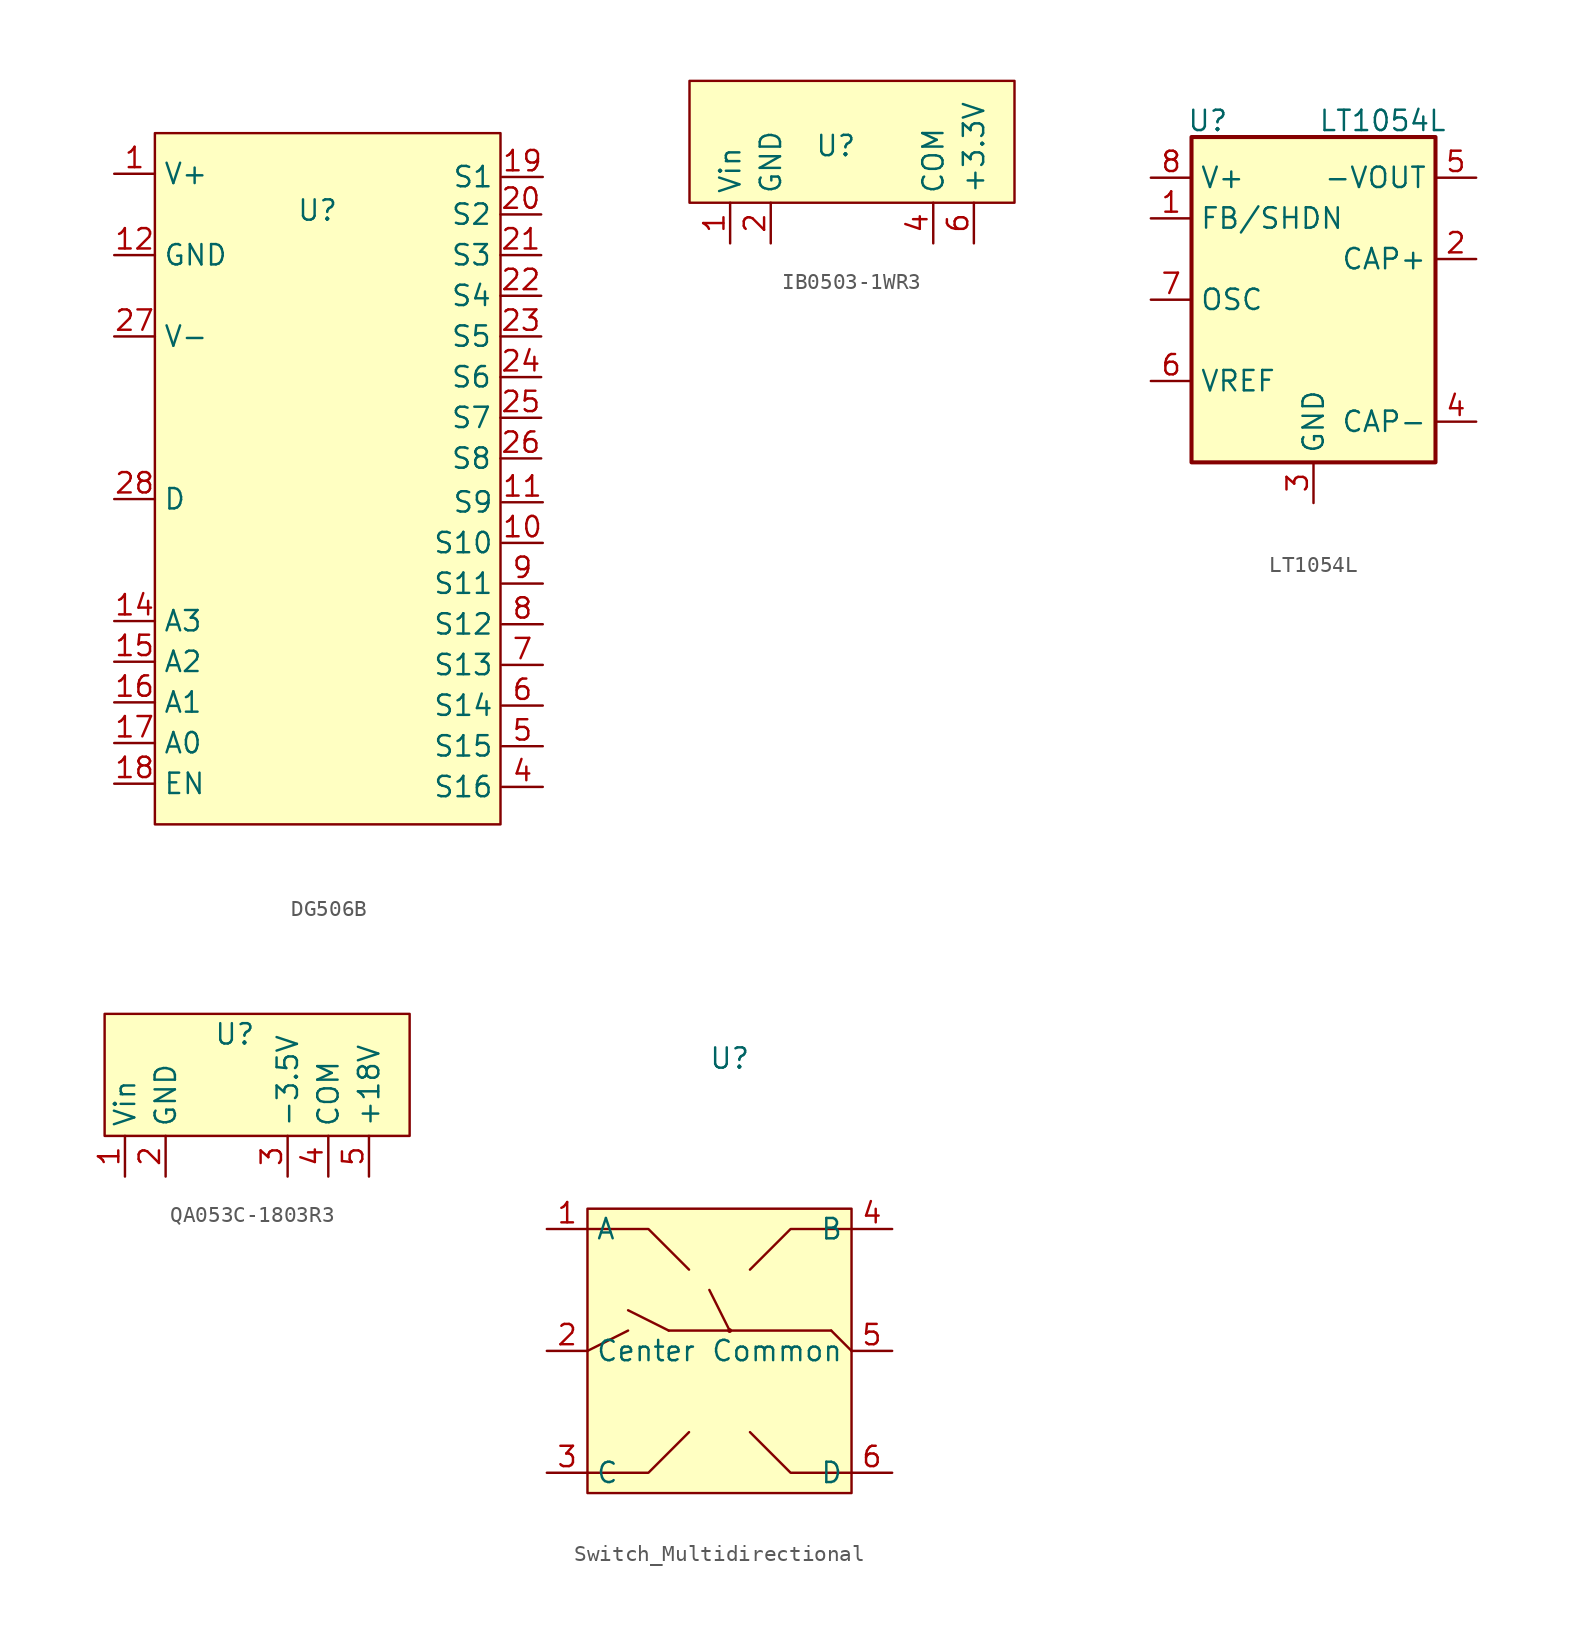
<source format=kicad_sym>
(kicad_symbol_lib
  (version 20231120)
  (generator "kicad_symbol_editor")
  (generator_version "8.0")
  (symbol "DG506B"
    (property "Reference" "U"
      (at 0 18.034 0)
      (effects (font (size 1.27 1.27))))
    (property "Value" ""
      (at 2.54 -3.81 0)
      (effects (font (size 1.27 1.27))))
    (symbol "DG506B_0_1"
      (rectangle (start -10.16 22.86) (end 11.43 -20.32) (stroke (width 0) (type default)) (fill (type background))))
    (symbol "DG506B_1_1"
      (pin power_in line (at -12.7 20.32 0) (length 2.54) (name "V+" (effects (font (size 1.27 1.27)))) (number "1" (effects (font (size 1.27 1.27)))))
      (pin bidirectional line (at 14.071 -2.739 180) (length 2.54) (name "S10" (effects (font (size 1.27 1.27)))) (number "10" (effects (font (size 1.27 1.27)))))
      (pin bidirectional line (at 14.071 -0.199 180) (length 2.54) (name "S9" (effects (font (size 1.27 1.27)))) (number "11" (effects (font (size 1.27 1.27)))))
      (pin power_in line (at -12.7 15.24 0) (length 2.54) (name "GND" (effects (font (size 1.27 1.27)))) (number "12" (effects (font (size 1.27 1.27)))))
      (pin input line (at -12.7 -7.62 0) (length 2.54) (name "A3" (effects (font (size 1.27 1.27)))) (number "14" (effects (font (size 1.27 1.27)))))
      (pin input line (at -12.7 -10.16 0) (length 2.54) (name "A2" (effects (font (size 1.27 1.27)))) (number "15" (effects (font (size 1.27 1.27)))))
      (pin input line (at -12.7 -12.7 0) (length 2.54) (name "A1" (effects (font (size 1.27 1.27)))) (number "16" (effects (font (size 1.27 1.27)))))
      (pin input line (at -12.7 -15.24 0) (length 2.54) (name "A0" (effects (font (size 1.27 1.27)))) (number "17" (effects (font (size 1.27 1.27)))))
      (pin input line (at -12.7 -17.78 0) (length 2.54) (name "EN" (effects (font (size 1.27 1.27)))) (number "18" (effects (font (size 1.27 1.27)))))
      (pin bidirectional line (at 14.071 20.122 180) (length 2.54) (name "S1" (effects (font (size 1.27 1.27)))) (number "19" (effects (font (size 1.27 1.27)))))
      (pin bidirectional line (at 13.97 17.78 180) (length 2.54) (name "S2" (effects (font (size 1.27 1.27)))) (number "20" (effects (font (size 1.27 1.27)))))
      (pin bidirectional line (at 13.97 15.24 180) (length 2.54) (name "S3" (effects (font (size 1.27 1.27)))) (number "21" (effects (font (size 1.27 1.27)))))
      (pin bidirectional line (at 13.97 12.7 180) (length 2.54) (name "S4" (effects (font (size 1.27 1.27)))) (number "22" (effects (font (size 1.27 1.27)))))
      (pin bidirectional line (at 13.97 10.16 180) (length 2.54) (name "S5" (effects (font (size 1.27 1.27)))) (number "23" (effects (font (size 1.27 1.27)))))
      (pin bidirectional line (at 13.97 7.62 180) (length 2.54) (name "S6" (effects (font (size 1.27 1.27)))) (number "24" (effects (font (size 1.27 1.27)))))
      (pin bidirectional line (at 13.97 5.08 180) (length 2.54) (name "S7" (effects (font (size 1.27 1.27)))) (number "25" (effects (font (size 1.27 1.27)))))
      (pin bidirectional line (at 13.97 2.54 180) (length 2.54) (name "S8" (effects (font (size 1.27 1.27)))) (number "26" (effects (font (size 1.27 1.27)))))
      (pin power_in line (at -12.7 10.16 0) (length 2.54) (name "V-" (effects (font (size 1.27 1.27)))) (number "27" (effects (font (size 1.27 1.27)))))
      (pin bidirectional line (at -12.7 0 0) (length 2.54) (name "D" (effects (font (size 1.27 1.27)))) (number "28" (effects (font (size 1.27 1.27)))))
      (pin bidirectional line (at 14.071 -17.979 180) (length 2.54) (name "S16" (effects (font (size 1.27 1.27)))) (number "4" (effects (font (size 1.27 1.27)))))
      (pin bidirectional line (at 14.071 -15.438 180) (length 2.54) (name "S15" (effects (font (size 1.27 1.27)))) (number "5" (effects (font (size 1.27 1.27)))))
      (pin bidirectional line (at 14.071 -12.899 180) (length 2.54) (name "S14" (effects (font (size 1.27 1.27)))) (number "6" (effects (font (size 1.27 1.27)))))
      (pin bidirectional line (at 14.071 -10.358 180) (length 2.54) (name "S13" (effects (font (size 1.27 1.27)))) (number "7" (effects (font (size 1.27 1.27)))))
      (pin bidirectional line (at 14.071 -7.819 180) (length 2.54) (name "S12" (effects (font (size 1.27 1.27)))) (number "8" (effects (font (size 1.27 1.27)))))
      (pin bidirectional line (at 14.071 -5.279 180) (length 2.54) (name "S11" (effects (font (size 1.27 1.27)))) (number "9" (effects (font (size 1.27 1.27)))))))
  (symbol "IB0503-1WR3"
    (property "Reference" "U"
      (at 0.254 3.556 0)
      (effects (font (size 1.27 1.27))))
    (property "Value" ""
      (at 0 0 0)
      (effects (font (size 1.27 1.27))))
    (symbol "IB0503-1WR3_0_1"
      (rectangle (start -8.89 7.62) (end 11.43 0) (stroke (width 0) (type default)) (fill (type background))))
    (symbol "IB0503-1WR3_1_1"
      (pin power_in line (at -6.35 -2.54 90) (length 2.54) (name "Vin" (effects (font (size 1.27 1.27)))) (number "1" (effects (font (size 1.27 1.27)))))
      (pin power_in line (at -3.81 -2.54 90) (length 2.54) (name "GND" (effects (font (size 1.27 1.27)))) (number "2" (effects (font (size 1.27 1.27)))))
      (pin power_out line (at 6.35 -2.54 90) (length 2.54) (name "COM" (effects (font (size 1.27 1.27)))) (number "4" (effects (font (size 1.27 1.27)))))
      (pin power_out line (at 8.89 -2.54 90) (length 2.54) (name "+3.3V" (effects (font (size 1.27 1.27)))) (number "6" (effects (font (size 1.27 1.27)))))))
  (symbol "LT1054L"
    (property "Reference" "U"
      (at -6.604 11.176 0)
      (effects (font (size 1.27 1.27))))
    (property "Value" "LT1054L"
      (at 4.318 11.176 0)
      (effects (font (size 1.27 1.27))))
    (symbol "LT1054L_0_1"
      (rectangle (start -7.62 10.16) (end 7.62 -10.16) (stroke (width 0.254) (type default)) (fill (type background))))
    (symbol "LT1054L_1_1"
      (pin input line (at -10.16 5.08 0) (length 2.54) (name "FB/SHDN" (effects (font (size 1.27 1.27)))) (number "1" (effects (font (size 1.27 1.27)))))
      (pin input line (at 10.16 2.54 180) (length 2.54) (name "CAP+" (effects (font (size 1.27 1.27)))) (number "2" (effects (font (size 1.27 1.27)))))
      (pin power_in line (at 0 -12.7 90) (length 2.54) (name "GND" (effects (font (size 1.27 1.27)))) (number "3" (effects (font (size 1.27 1.27)))))
      (pin input line (at 10.16 -7.62 180) (length 2.54) (name "CAP-" (effects (font (size 1.27 1.27)))) (number "4" (effects (font (size 1.27 1.27)))))
      (pin power_out line (at 10.16 7.62 180) (length 2.54) (name "-VOUT" (effects (font (size 1.27 1.27)))) (number "5" (effects (font (size 1.27 1.27)))))
      (pin output line (at -10.16 -5.08 0) (length 2.54) (name "VREF" (effects (font (size 1.27 1.27)))) (number "6" (effects (font (size 1.27 1.27)))))
      (pin input line (at -10.16 0 0) (length 2.54) (name "OSC" (effects (font (size 1.27 1.27)))) (number "7" (effects (font (size 1.27 1.27)))))
      (pin power_in line (at -10.16 7.62 0) (length 2.54) (name "V+" (effects (font (size 1.27 1.27)))) (number "8" (effects (font (size 1.27 1.27)))))))
  (symbol "QA053C-1803R3"
    (property "Reference" "U"
      (at 1.778 6.35 0)
      (effects (font (size 1.27 1.27))))
    (property "Value" ""
      (at 1.27 0 0)
      (effects (font (size 1.27 1.27))))
    (symbol "QA053C-1803R3_0_1"
      (rectangle (start -6.35 7.62) (end 12.7 0) (stroke (width 0) (type default)) (fill (type background))))
    (symbol "QA053C-1803R3_1_1"
      (pin power_in line (at -5.08 -2.54 90) (length 2.54) (name "Vin" (effects (font (size 1.27 1.27)))) (number "1" (effects (font (size 1.27 1.27)))))
      (pin power_in line (at -2.54 -2.54 90) (length 2.54) (name "GND" (effects (font (size 1.27 1.27)))) (number "2" (effects (font (size 1.27 1.27)))))
      (pin power_out line (at 5.08 -2.54 90) (length 2.54) (name "-3.5V" (effects (font (size 1.27 1.27)))) (number "3" (effects (font (size 1.27 1.27)))))
      (pin power_out line (at 7.62 -2.54 90) (length 2.54) (name "COM" (effects (font (size 1.27 1.27)))) (number "4" (effects (font (size 1.27 1.27)))))
      (pin power_out line (at 10.16 -2.54 90) (length 2.54) (name "+18V" (effects (font (size 1.27 1.27)))) (number "5" (effects (font (size 1.27 1.27)))))))
  (symbol "Switch_Multidirectional"
    (property "Reference" "U"
      (at 0 18.288 0)
      (effects (font (size 1.27 1.27))))
    (property "Value" ""
      (at 0 0 0)
      (effects (font (size 1.27 1.27))))
    (symbol "Switch_Multidirectional_0_1"
      (rectangle (start -8.89 8.89) (end 7.62 -8.89) (stroke (width 0) (type default)) (fill (type background)))
      (polyline (pts (xy -8.89 0) (xy -6.35 1.27)) (stroke (width 0) (type default)) (fill (type none)))
      (polyline (pts (xy -3.81 1.27) (xy -6.35 2.54)) (stroke (width 0) (type default)) (fill (type none)))
      (polyline (pts (xy 0 1.27) (xy -1.27 3.81)) (stroke (width 0) (type default)) (fill (type none)))
      (polyline (pts (xy 6.35 1.27) (xy -3.81 1.27)) (stroke (width 0) (type default)) (fill (type none)))
      (polyline (pts (xy 6.35 1.27) (xy 7.62 0)) (stroke (width 0) (type default)) (fill (type none)))
      (polyline (pts (xy -8.89 -7.62) (xy -5.08 -7.62) (xy -2.54 -5.08)) (stroke (width 0) (type default)) (fill (type none)))
      (polyline (pts (xy -8.89 7.62) (xy -5.08 7.62) (xy -2.54 5.08)) (stroke (width 0) (type default)) (fill (type none)))
      (polyline (pts (xy 7.62 -7.62) (xy 3.81 -7.62) (xy 1.27 -5.08)) (stroke (width 0) (type default)) (fill (type none)))
      (polyline (pts (xy 7.62 7.62) (xy 3.81 7.62) (xy 1.27 5.08)) (stroke (width 0) (type default)) (fill (type none)))
      (circle (center 0 1.27) (radius 0.0001) (stroke (width 0) (type default)) (fill (type none))))
    (symbol "Switch_Multidirectional_1_1"
      (pin input line (at -11.43 7.62 0) (length 2.54) (name "A" (effects (font (size 1.27 1.27)))) (number "1" (effects (font (size 1.27 1.27)))))
      (pin input line (at -11.43 0 0) (length 2.54) (name "Center" (effects (font (size 1.27 1.27)))) (number "2" (effects (font (size 1.27 1.27)))))
      (pin input line (at -11.43 -7.62 0) (length 2.54) (name "C" (effects (font (size 1.27 1.27)))) (number "3" (effects (font (size 1.27 1.27)))))
      (pin input line (at 10.16 7.62 180) (length 2.54) (name "B" (effects (font (size 1.27 1.27)))) (number "4" (effects (font (size 1.27 1.27)))))
      (pin input line (at 10.16 0 180) (length 2.54) (name "Common" (effects (font (size 1.27 1.27)))) (number "5" (effects (font (size 1.27 1.27)))))
      (pin input line (at 10.16 -7.62 180) (length 2.54) (name "D" (effects (font (size 1.27 1.27)))) (number "6" (effects (font (size 1.27 1.27))))))))
</source>
